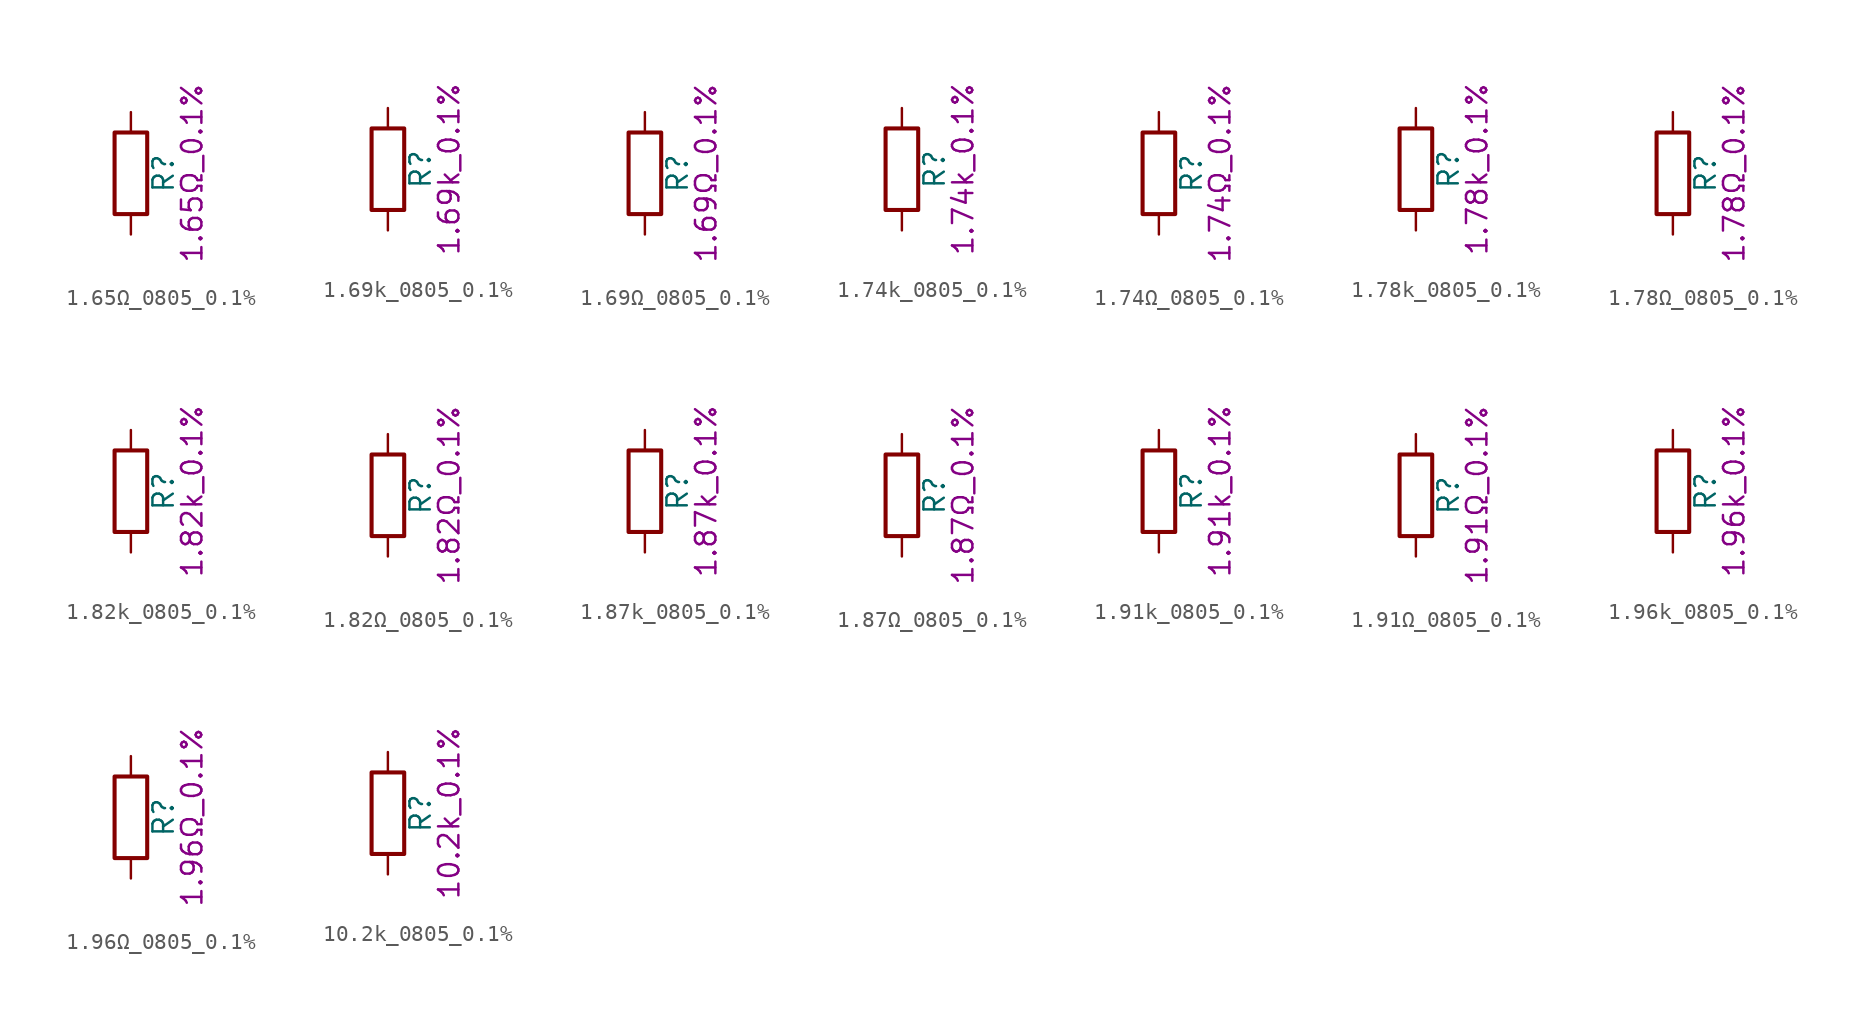
<source format=kicad_sym>
(kicad_symbol_lib
  (version 20211014)
  (generator kicad_symbol_editor)
  (symbol "1.65Ω_0805_0.1%"
    (pin_numbers hide)
    (pin_names
      (offset 0))
    (property "Reference" "R"
      (at 2.032 0 90)
      (effects (font (size 1.27 1.27))))
    (property "Display" "1.65Ω_0.1%"
      (at 3.81 0 90)
      (effects (font (size 1.27 1.27))))
    (symbol "1.65Ω_0805_0.1%_0_1"
      (rectangle (start -1.016 -2.54) (end 1.016 2.54) (stroke (width 0.254) (type default) (color 0 0 0 0)) (fill (type none))))
    (symbol "1.65Ω_0805_0.1%_1_1"
      (pin passive line (at 0 3.81 270) (length 1.27) (name "~" (effects (font (size 1.27 1.27)))) (number "1" (effects (font (size 1.27 1.27)))))
      (pin passive line (at 0 -3.81 90) (length 1.27) (name "~" (effects (font (size 1.27 1.27)))) (number "2" (effects (font (size 1.27 1.27)))))))
  (symbol "1.69k_0805_0.1%"
    (pin_numbers hide)
    (pin_names
      (offset 0))
    (property "Reference" "R"
      (at 2.032 0 90)
      (effects (font (size 1.27 1.27))))
    (property "Display" "1.69k_0.1%"
      (at 3.81 0 90)
      (effects (font (size 1.27 1.27))))
    (symbol "1.69k_0805_0.1%_0_1"
      (rectangle (start -1.016 -2.54) (end 1.016 2.54) (stroke (width 0.254) (type default) (color 0 0 0 0)) (fill (type none))))
    (symbol "1.69k_0805_0.1%_1_1"
      (pin passive line (at 0 3.81 270) (length 1.27) (name "~" (effects (font (size 1.27 1.27)))) (number "1" (effects (font (size 1.27 1.27)))))
      (pin passive line (at 0 -3.81 90) (length 1.27) (name "~" (effects (font (size 1.27 1.27)))) (number "2" (effects (font (size 1.27 1.27)))))))
  (symbol "1.69Ω_0805_0.1%"
    (pin_numbers hide)
    (pin_names
      (offset 0))
    (property "Reference" "R"
      (at 2.032 0 90)
      (effects (font (size 1.27 1.27))))
    (property "Display" "1.69Ω_0.1%"
      (at 3.81 0 90)
      (effects (font (size 1.27 1.27))))
    (symbol "1.69Ω_0805_0.1%_0_1"
      (rectangle (start -1.016 -2.54) (end 1.016 2.54) (stroke (width 0.254) (type default) (color 0 0 0 0)) (fill (type none))))
    (symbol "1.69Ω_0805_0.1%_1_1"
      (pin passive line (at 0 3.81 270) (length 1.27) (name "~" (effects (font (size 1.27 1.27)))) (number "1" (effects (font (size 1.27 1.27)))))
      (pin passive line (at 0 -3.81 90) (length 1.27) (name "~" (effects (font (size 1.27 1.27)))) (number "2" (effects (font (size 1.27 1.27)))))))
  (symbol "1.74k_0805_0.1%"
    (pin_numbers hide)
    (pin_names
      (offset 0))
    (property "Reference" "R"
      (at 2.032 0 90)
      (effects (font (size 1.27 1.27))))
    (property "Display" "1.74k_0.1%"
      (at 3.81 0 90)
      (effects (font (size 1.27 1.27))))
    (symbol "1.74k_0805_0.1%_0_1"
      (rectangle (start -1.016 -2.54) (end 1.016 2.54) (stroke (width 0.254) (type default) (color 0 0 0 0)) (fill (type none))))
    (symbol "1.74k_0805_0.1%_1_1"
      (pin passive line (at 0 3.81 270) (length 1.27) (name "~" (effects (font (size 1.27 1.27)))) (number "1" (effects (font (size 1.27 1.27)))))
      (pin passive line (at 0 -3.81 90) (length 1.27) (name "~" (effects (font (size 1.27 1.27)))) (number "2" (effects (font (size 1.27 1.27)))))))
  (symbol "1.74Ω_0805_0.1%"
    (pin_numbers hide)
    (pin_names
      (offset 0))
    (property "Reference" "R"
      (at 2.032 0 90)
      (effects (font (size 1.27 1.27))))
    (property "Display" "1.74Ω_0.1%"
      (at 3.81 0 90)
      (effects (font (size 1.27 1.27))))
    (symbol "1.74Ω_0805_0.1%_0_1"
      (rectangle (start -1.016 -2.54) (end 1.016 2.54) (stroke (width 0.254) (type default) (color 0 0 0 0)) (fill (type none))))
    (symbol "1.74Ω_0805_0.1%_1_1"
      (pin passive line (at 0 3.81 270) (length 1.27) (name "~" (effects (font (size 1.27 1.27)))) (number "1" (effects (font (size 1.27 1.27)))))
      (pin passive line (at 0 -3.81 90) (length 1.27) (name "~" (effects (font (size 1.27 1.27)))) (number "2" (effects (font (size 1.27 1.27)))))))
  (symbol "1.78k_0805_0.1%"
    (pin_numbers hide)
    (pin_names
      (offset 0))
    (property "Reference" "R"
      (at 2.032 0 90)
      (effects (font (size 1.27 1.27))))
    (property "Display" "1.78k_0.1%"
      (at 3.81 0 90)
      (effects (font (size 1.27 1.27))))
    (symbol "1.78k_0805_0.1%_0_1"
      (rectangle (start -1.016 -2.54) (end 1.016 2.54) (stroke (width 0.254) (type default) (color 0 0 0 0)) (fill (type none))))
    (symbol "1.78k_0805_0.1%_1_1"
      (pin passive line (at 0 3.81 270) (length 1.27) (name "~" (effects (font (size 1.27 1.27)))) (number "1" (effects (font (size 1.27 1.27)))))
      (pin passive line (at 0 -3.81 90) (length 1.27) (name "~" (effects (font (size 1.27 1.27)))) (number "2" (effects (font (size 1.27 1.27)))))))
  (symbol "1.78Ω_0805_0.1%"
    (pin_numbers hide)
    (pin_names
      (offset 0))
    (property "Reference" "R"
      (at 2.032 0 90)
      (effects (font (size 1.27 1.27))))
    (property "Display" "1.78Ω_0.1%"
      (at 3.81 0 90)
      (effects (font (size 1.27 1.27))))
    (symbol "1.78Ω_0805_0.1%_0_1"
      (rectangle (start -1.016 -2.54) (end 1.016 2.54) (stroke (width 0.254) (type default) (color 0 0 0 0)) (fill (type none))))
    (symbol "1.78Ω_0805_0.1%_1_1"
      (pin passive line (at 0 3.81 270) (length 1.27) (name "~" (effects (font (size 1.27 1.27)))) (number "1" (effects (font (size 1.27 1.27)))))
      (pin passive line (at 0 -3.81 90) (length 1.27) (name "~" (effects (font (size 1.27 1.27)))) (number "2" (effects (font (size 1.27 1.27)))))))
  (symbol "1.82k_0805_0.1%"
    (pin_numbers hide)
    (pin_names
      (offset 0))
    (property "Reference" "R"
      (at 2.032 0 90)
      (effects (font (size 1.27 1.27))))
    (property "Display" "1.82k_0.1%"
      (at 3.81 0 90)
      (effects (font (size 1.27 1.27))))
    (symbol "1.82k_0805_0.1%_0_1"
      (rectangle (start -1.016 -2.54) (end 1.016 2.54) (stroke (width 0.254) (type default) (color 0 0 0 0)) (fill (type none))))
    (symbol "1.82k_0805_0.1%_1_1"
      (pin passive line (at 0 3.81 270) (length 1.27) (name "~" (effects (font (size 1.27 1.27)))) (number "1" (effects (font (size 1.27 1.27)))))
      (pin passive line (at 0 -3.81 90) (length 1.27) (name "~" (effects (font (size 1.27 1.27)))) (number "2" (effects (font (size 1.27 1.27)))))))
  (symbol "1.82Ω_0805_0.1%"
    (pin_numbers hide)
    (pin_names
      (offset 0))
    (property "Reference" "R"
      (at 2.032 0 90)
      (effects (font (size 1.27 1.27))))
    (property "Display" "1.82Ω_0.1%"
      (at 3.81 0 90)
      (effects (font (size 1.27 1.27))))
    (symbol "1.82Ω_0805_0.1%_0_1"
      (rectangle (start -1.016 -2.54) (end 1.016 2.54) (stroke (width 0.254) (type default) (color 0 0 0 0)) (fill (type none))))
    (symbol "1.82Ω_0805_0.1%_1_1"
      (pin passive line (at 0 3.81 270) (length 1.27) (name "~" (effects (font (size 1.27 1.27)))) (number "1" (effects (font (size 1.27 1.27)))))
      (pin passive line (at 0 -3.81 90) (length 1.27) (name "~" (effects (font (size 1.27 1.27)))) (number "2" (effects (font (size 1.27 1.27)))))))
  (symbol "1.87k_0805_0.1%"
    (pin_numbers hide)
    (pin_names
      (offset 0))
    (property "Reference" "R"
      (at 2.032 0 90)
      (effects (font (size 1.27 1.27))))
    (property "Display" "1.87k_0.1%"
      (at 3.81 0 90)
      (effects (font (size 1.27 1.27))))
    (symbol "1.87k_0805_0.1%_0_1"
      (rectangle (start -1.016 -2.54) (end 1.016 2.54) (stroke (width 0.254) (type default) (color 0 0 0 0)) (fill (type none))))
    (symbol "1.87k_0805_0.1%_1_1"
      (pin passive line (at 0 3.81 270) (length 1.27) (name "~" (effects (font (size 1.27 1.27)))) (number "1" (effects (font (size 1.27 1.27)))))
      (pin passive line (at 0 -3.81 90) (length 1.27) (name "~" (effects (font (size 1.27 1.27)))) (number "2" (effects (font (size 1.27 1.27)))))))
  (symbol "1.87Ω_0805_0.1%"
    (pin_numbers hide)
    (pin_names
      (offset 0))
    (property "Reference" "R"
      (at 2.032 0 90)
      (effects (font (size 1.27 1.27))))
    (property "Display" "1.87Ω_0.1%"
      (at 3.81 0 90)
      (effects (font (size 1.27 1.27))))
    (symbol "1.87Ω_0805_0.1%_0_1"
      (rectangle (start -1.016 -2.54) (end 1.016 2.54) (stroke (width 0.254) (type default) (color 0 0 0 0)) (fill (type none))))
    (symbol "1.87Ω_0805_0.1%_1_1"
      (pin passive line (at 0 3.81 270) (length 1.27) (name "~" (effects (font (size 1.27 1.27)))) (number "1" (effects (font (size 1.27 1.27)))))
      (pin passive line (at 0 -3.81 90) (length 1.27) (name "~" (effects (font (size 1.27 1.27)))) (number "2" (effects (font (size 1.27 1.27)))))))
  (symbol "1.91k_0805_0.1%"
    (pin_numbers hide)
    (pin_names
      (offset 0))
    (property "Reference" "R"
      (at 2.032 0 90)
      (effects (font (size 1.27 1.27))))
    (property "Display" "1.91k_0.1%"
      (at 3.81 0 90)
      (effects (font (size 1.27 1.27))))
    (symbol "1.91k_0805_0.1%_0_1"
      (rectangle (start -1.016 -2.54) (end 1.016 2.54) (stroke (width 0.254) (type default) (color 0 0 0 0)) (fill (type none))))
    (symbol "1.91k_0805_0.1%_1_1"
      (pin passive line (at 0 3.81 270) (length 1.27) (name "~" (effects (font (size 1.27 1.27)))) (number "1" (effects (font (size 1.27 1.27)))))
      (pin passive line (at 0 -3.81 90) (length 1.27) (name "~" (effects (font (size 1.27 1.27)))) (number "2" (effects (font (size 1.27 1.27)))))))
  (symbol "1.91Ω_0805_0.1%"
    (pin_numbers hide)
    (pin_names
      (offset 0))
    (property "Reference" "R"
      (at 2.032 0 90)
      (effects (font (size 1.27 1.27))))
    (property "Display" "1.91Ω_0.1%"
      (at 3.81 0 90)
      (effects (font (size 1.27 1.27))))
    (symbol "1.91Ω_0805_0.1%_0_1"
      (rectangle (start -1.016 -2.54) (end 1.016 2.54) (stroke (width 0.254) (type default) (color 0 0 0 0)) (fill (type none))))
    (symbol "1.91Ω_0805_0.1%_1_1"
      (pin passive line (at 0 3.81 270) (length 1.27) (name "~" (effects (font (size 1.27 1.27)))) (number "1" (effects (font (size 1.27 1.27)))))
      (pin passive line (at 0 -3.81 90) (length 1.27) (name "~" (effects (font (size 1.27 1.27)))) (number "2" (effects (font (size 1.27 1.27)))))))
  (symbol "1.96k_0805_0.1%"
    (pin_numbers hide)
    (pin_names
      (offset 0))
    (property "Reference" "R"
      (at 2.032 0 90)
      (effects (font (size 1.27 1.27))))
    (property "Display" "1.96k_0.1%"
      (at 3.81 0 90)
      (effects (font (size 1.27 1.27))))
    (symbol "1.96k_0805_0.1%_0_1"
      (rectangle (start -1.016 -2.54) (end 1.016 2.54) (stroke (width 0.254) (type default) (color 0 0 0 0)) (fill (type none))))
    (symbol "1.96k_0805_0.1%_1_1"
      (pin passive line (at 0 3.81 270) (length 1.27) (name "~" (effects (font (size 1.27 1.27)))) (number "1" (effects (font (size 1.27 1.27)))))
      (pin passive line (at 0 -3.81 90) (length 1.27) (name "~" (effects (font (size 1.27 1.27)))) (number "2" (effects (font (size 1.27 1.27)))))))
  (symbol "1.96Ω_0805_0.1%"
    (pin_numbers hide)
    (pin_names
      (offset 0))
    (property "Reference" "R"
      (at 2.032 0 90)
      (effects (font (size 1.27 1.27))))
    (property "Display" "1.96Ω_0.1%"
      (at 3.81 0 90)
      (effects (font (size 1.27 1.27))))
    (symbol "1.96Ω_0805_0.1%_0_1"
      (rectangle (start -1.016 -2.54) (end 1.016 2.54) (stroke (width 0.254) (type default) (color 0 0 0 0)) (fill (type none))))
    (symbol "1.96Ω_0805_0.1%_1_1"
      (pin passive line (at 0 3.81 270) (length 1.27) (name "~" (effects (font (size 1.27 1.27)))) (number "1" (effects (font (size 1.27 1.27)))))
      (pin passive line (at 0 -3.81 90) (length 1.27) (name "~" (effects (font (size 1.27 1.27)))) (number "2" (effects (font (size 1.27 1.27)))))))
  (symbol "10.2k_0805_0.1%"
    (pin_numbers hide)
    (pin_names
      (offset 0))
    (property "Reference" "R"
      (at 2.032 0 90)
      (effects (font (size 1.27 1.27))))
    (property "Display" "10.2k_0.1%"
      (at 3.81 0 90)
      (effects (font (size 1.27 1.27))))
    (symbol "10.2k_0805_0.1%_0_1"
      (rectangle (start -1.016 -2.54) (end 1.016 2.54) (stroke (width 0.254) (type default) (color 0 0 0 0)) (fill (type none))))
    (symbol "10.2k_0805_0.1%_1_1"
      (pin passive line (at 0 3.81 270) (length 1.27) (name "~" (effects (font (size 1.27 1.27)))) (number "1" (effects (font (size 1.27 1.27)))))
      (pin passive line (at 0 -3.81 90) (length 1.27) (name "~" (effects (font (size 1.27 1.27)))) (number "2" (effects (font (size 1.27 1.27))))))))
</source>
